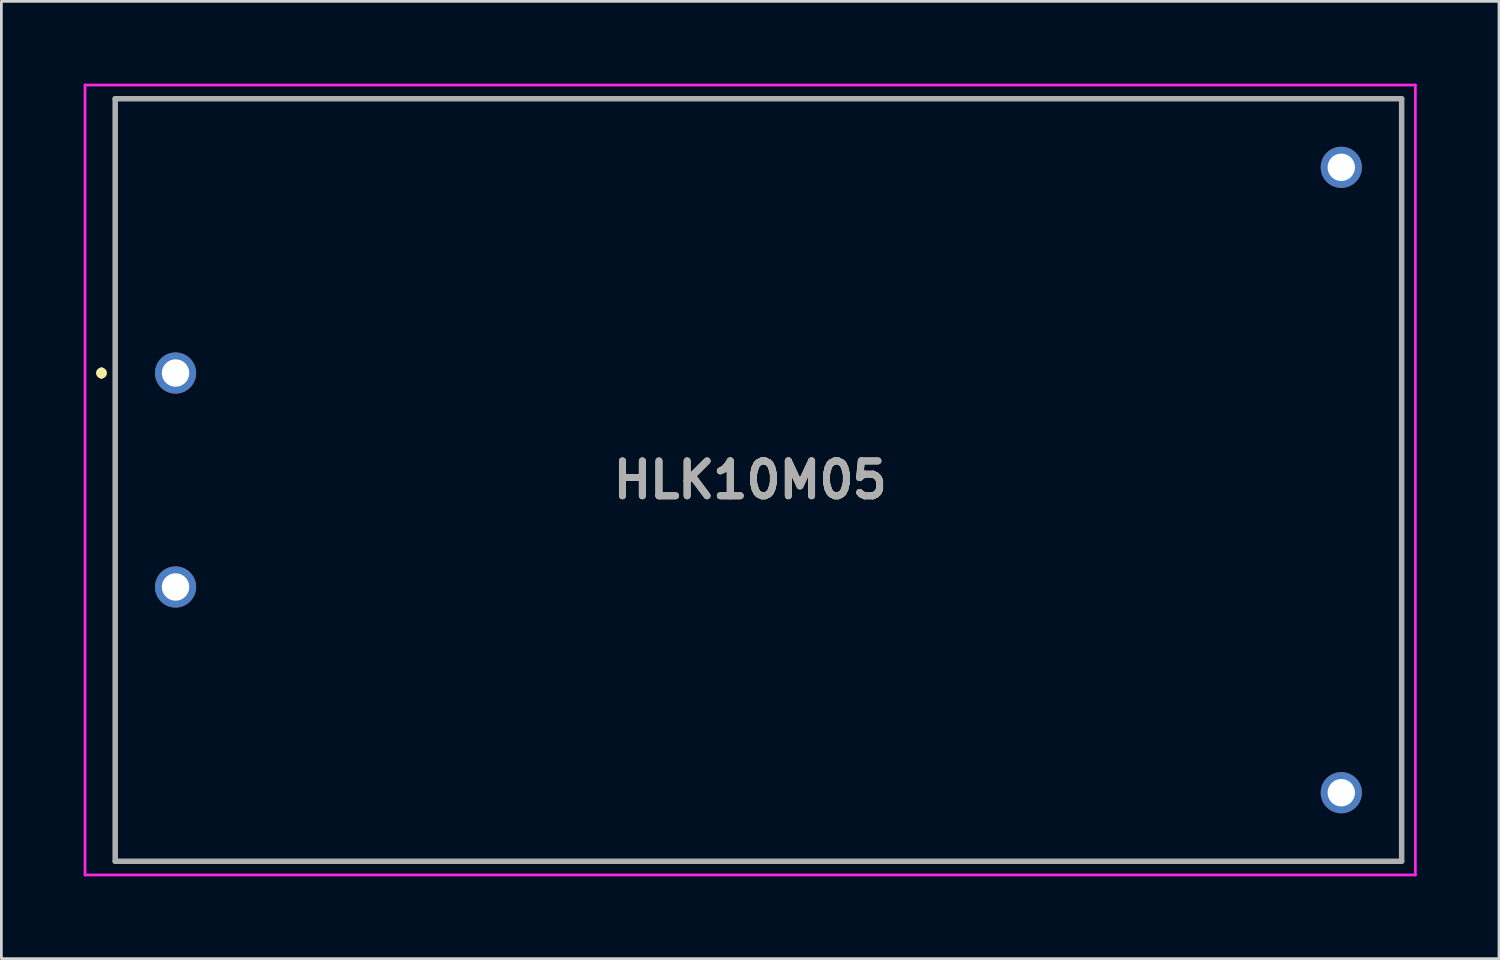
<source format=kicad_pcb>
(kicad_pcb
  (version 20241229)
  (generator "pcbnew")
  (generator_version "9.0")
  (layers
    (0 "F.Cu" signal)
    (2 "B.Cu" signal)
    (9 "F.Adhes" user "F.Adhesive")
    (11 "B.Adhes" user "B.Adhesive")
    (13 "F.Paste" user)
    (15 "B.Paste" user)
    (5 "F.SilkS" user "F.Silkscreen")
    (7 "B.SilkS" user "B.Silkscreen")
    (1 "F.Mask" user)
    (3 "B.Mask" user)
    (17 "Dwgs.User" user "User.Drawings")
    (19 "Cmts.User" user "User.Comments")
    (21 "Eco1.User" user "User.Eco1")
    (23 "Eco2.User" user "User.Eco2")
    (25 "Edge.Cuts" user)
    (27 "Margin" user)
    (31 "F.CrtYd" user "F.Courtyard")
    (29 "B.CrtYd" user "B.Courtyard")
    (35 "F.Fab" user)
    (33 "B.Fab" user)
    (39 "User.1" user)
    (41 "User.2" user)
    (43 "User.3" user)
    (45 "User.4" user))
  (footprint "HLK10M05"
    (layer "F.Cu")
    (at 3.35 10.55)
    (property "Reference" "HLK10M05" (at 20.95 3.9 0) (layer "F.SilkS") (effects (font (size 1.27 1.27) (thickness 0.254))))
    (attr through_hole)
    (fp_line (start -2.7 -0.1) (end -2.7 -0.1) (stroke (width 0.2) (type solid)) (layer "F.SilkS"))
    (fp_line (start -2.7 0.1) (end -2.7 0.1) (stroke (width 0.2) (type solid)) (layer "F.SilkS"))
    (fp_line (start -2.2 -10) (end 44.7 -10) (stroke (width 0.1) (type solid)) (layer "F.SilkS"))
    (fp_line (start -2.2 17.8) (end -2.2 -10) (stroke (width 0.1) (type solid)) (layer "F.SilkS"))
    (fp_line (start 44.7 -10) (end 44.7 17.8) (stroke (width 0.1) (type solid)) (layer "F.SilkS"))
    (fp_line (start 44.7 17.8) (end -2.2 17.8) (stroke (width 0.1) (type solid)) (layer "F.SilkS"))
    (fp_arc (start -2.7 -0.1) (mid -2.6 0) (end -2.7 0.1) (stroke (width 0.2) (type solid)) (layer "F.SilkS"))
    (fp_arc (start -2.7 0.1) (mid -2.8 0) (end -2.7 -0.1) (stroke (width 0.2) (type solid)) (layer "F.SilkS"))
    (fp_line (start -3.3 -10.5) (end 45.2 -10.5) (stroke (width 0.1) (type solid)) (layer "F.CrtYd"))
    (fp_line (start -3.3 18.3) (end -3.3 -10.5) (stroke (width 0.1) (type solid)) (layer "F.CrtYd"))
    (fp_line (start 45.2 -10.5) (end 45.2 18.3) (stroke (width 0.1) (type solid)) (layer "F.CrtYd"))
    (fp_line (start 45.2 18.3) (end -3.3 18.3) (stroke (width 0.1) (type solid)) (layer "F.CrtYd"))
    (fp_line (start -2.2 -10) (end 44.7 -10) (stroke (width 0.2) (type solid)) (layer "F.Fab"))
    (fp_line (start -2.2 17.8) (end -2.2 -10) (stroke (width 0.2) (type solid)) (layer "F.Fab"))
    (fp_line (start 44.7 -10) (end 44.7 17.8) (stroke (width 0.2) (type solid)) (layer "F.Fab"))
    (fp_line (start 44.7 17.8) (end -2.2 17.8) (stroke (width 0.2) (type solid)) (layer "F.Fab"))
    (fp_text user "${REFERENCE}" (at 20.95 3.9 0) (layer "F.Fab") (effects (font (size 1.27 1.27) (thickness 0.254))))
    (pad "1" thru_hole circle (at 0 0) (size 1.5 1.5) (drill 1) (layers "*.Cu" "*.Mask"))
    (pad "2" thru_hole circle (at 0 7.8) (size 1.5 1.5) (drill 1) (layers "*.Cu" "*.Mask"))
    (pad "3" thru_hole circle (at 42.5 -7.5) (size 1.5 1.5) (drill 1) (layers "*.Cu" "*.Mask"))
    (pad "4" thru_hole circle (at 42.5 15.3) (size 1.5 1.5) (drill 1) (layers "*.Cu" "*.Mask")))
  (gr_rect
    (start -3 -3)
    (end 51.6 31.9)
    (stroke (width 0.1) (type default))
    (fill no)
    (layer "Edge.Cuts")))
</source>
